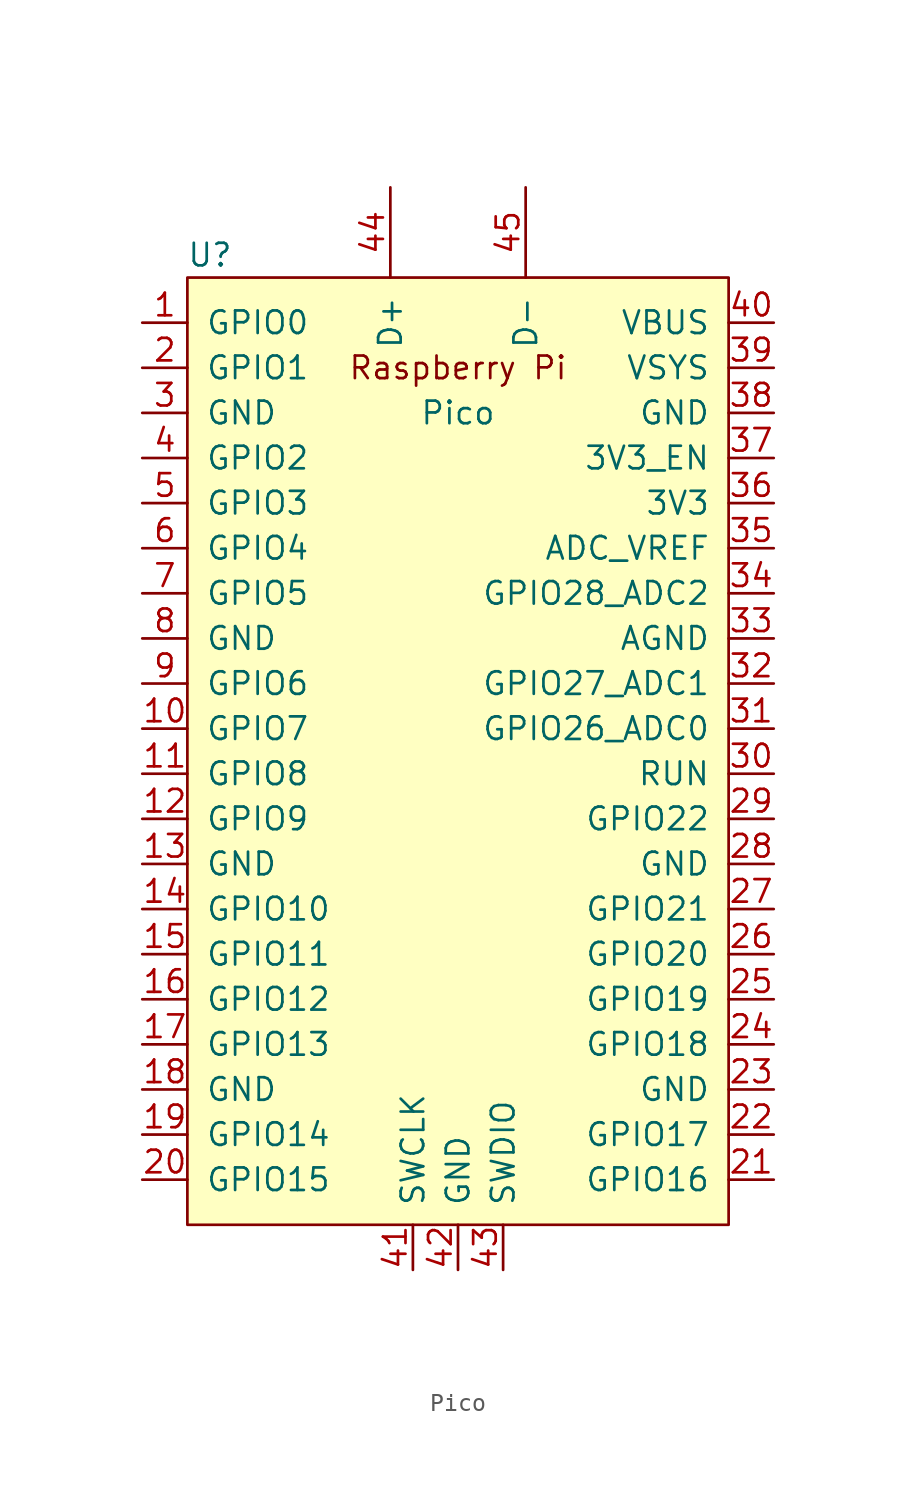
<source format=kicad_sym>
(kicad_symbol_lib
  (version 20211014)
  (generator kicad_symbol_editor)
  (symbol "Pico"
    (pin_names
      (offset 1.016))
    (property "Reference" "U"
      (at -13.97 27.94 0)
      (effects (font (size 1.27 1.27))))
    (property "Value" "Pico"
      (at 0 19.05 0)
      (effects (font (size 1.27 1.27))))
    (symbol "Pico_0_0"
      (text "Raspberry Pi" (at 0 21.59 0) (effects (font (size 1.27 1.27)))))
    (symbol "Pico_0_1"
      (rectangle (start -15.24 26.67) (end 15.24 -26.67) (stroke (width 0) (type default) (color 0 0 0 0)) (fill (type background))))
    (symbol "Pico_1_1"
      (pin bidirectional line (at -17.78 24.13 0) (length 2.54) (name "GPIO0" (effects (font (size 1.27 1.27)))) (number "1" (effects (font (size 1.27 1.27)))))
      (pin bidirectional line (at -17.78 1.27 0) (length 2.54) (name "GPIO7" (effects (font (size 1.27 1.27)))) (number "10" (effects (font (size 1.27 1.27)))))
      (pin bidirectional line (at -17.78 -1.27 0) (length 2.54) (name "GPIO8" (effects (font (size 1.27 1.27)))) (number "11" (effects (font (size 1.27 1.27)))))
      (pin bidirectional line (at -17.78 -3.81 0) (length 2.54) (name "GPIO9" (effects (font (size 1.27 1.27)))) (number "12" (effects (font (size 1.27 1.27)))))
      (pin power_in line (at -17.78 -6.35 0) (length 2.54) (name "GND" (effects (font (size 1.27 1.27)))) (number "13" (effects (font (size 1.27 1.27)))))
      (pin bidirectional line (at -17.78 -8.89 0) (length 2.54) (name "GPIO10" (effects (font (size 1.27 1.27)))) (number "14" (effects (font (size 1.27 1.27)))))
      (pin bidirectional line (at -17.78 -11.43 0) (length 2.54) (name "GPIO11" (effects (font (size 1.27 1.27)))) (number "15" (effects (font (size 1.27 1.27)))))
      (pin bidirectional line (at -17.78 -13.97 0) (length 2.54) (name "GPIO12" (effects (font (size 1.27 1.27)))) (number "16" (effects (font (size 1.27 1.27)))))
      (pin bidirectional line (at -17.78 -16.51 0) (length 2.54) (name "GPIO13" (effects (font (size 1.27 1.27)))) (number "17" (effects (font (size 1.27 1.27)))))
      (pin power_in line (at -17.78 -19.05 0) (length 2.54) (name "GND" (effects (font (size 1.27 1.27)))) (number "18" (effects (font (size 1.27 1.27)))))
      (pin bidirectional line (at -17.78 -21.59 0) (length 2.54) (name "GPIO14" (effects (font (size 1.27 1.27)))) (number "19" (effects (font (size 1.27 1.27)))))
      (pin bidirectional line (at -17.78 21.59 0) (length 2.54) (name "GPIO1" (effects (font (size 1.27 1.27)))) (number "2" (effects (font (size 1.27 1.27)))))
      (pin bidirectional line (at -17.78 -24.13 0) (length 2.54) (name "GPIO15" (effects (font (size 1.27 1.27)))) (number "20" (effects (font (size 1.27 1.27)))))
      (pin bidirectional line (at 17.78 -24.13 180) (length 2.54) (name "GPIO16" (effects (font (size 1.27 1.27)))) (number "21" (effects (font (size 1.27 1.27)))))
      (pin bidirectional line (at 17.78 -21.59 180) (length 2.54) (name "GPIO17" (effects (font (size 1.27 1.27)))) (number "22" (effects (font (size 1.27 1.27)))))
      (pin power_in line (at 17.78 -19.05 180) (length 2.54) (name "GND" (effects (font (size 1.27 1.27)))) (number "23" (effects (font (size 1.27 1.27)))))
      (pin bidirectional line (at 17.78 -16.51 180) (length 2.54) (name "GPIO18" (effects (font (size 1.27 1.27)))) (number "24" (effects (font (size 1.27 1.27)))))
      (pin bidirectional line (at 17.78 -13.97 180) (length 2.54) (name "GPIO19" (effects (font (size 1.27 1.27)))) (number "25" (effects (font (size 1.27 1.27)))))
      (pin bidirectional line (at 17.78 -11.43 180) (length 2.54) (name "GPIO20" (effects (font (size 1.27 1.27)))) (number "26" (effects (font (size 1.27 1.27)))))
      (pin bidirectional line (at 17.78 -8.89 180) (length 2.54) (name "GPIO21" (effects (font (size 1.27 1.27)))) (number "27" (effects (font (size 1.27 1.27)))))
      (pin power_in line (at 17.78 -6.35 180) (length 2.54) (name "GND" (effects (font (size 1.27 1.27)))) (number "28" (effects (font (size 1.27 1.27)))))
      (pin bidirectional line (at 17.78 -3.81 180) (length 2.54) (name "GPIO22" (effects (font (size 1.27 1.27)))) (number "29" (effects (font (size 1.27 1.27)))))
      (pin power_in line (at -17.78 19.05 0) (length 2.54) (name "GND" (effects (font (size 1.27 1.27)))) (number "3" (effects (font (size 1.27 1.27)))))
      (pin input line (at 17.78 -1.27 180) (length 2.54) (name "RUN" (effects (font (size 1.27 1.27)))) (number "30" (effects (font (size 1.27 1.27)))))
      (pin bidirectional line (at 17.78 1.27 180) (length 2.54) (name "GPIO26_ADC0" (effects (font (size 1.27 1.27)))) (number "31" (effects (font (size 1.27 1.27)))))
      (pin bidirectional line (at 17.78 3.81 180) (length 2.54) (name "GPIO27_ADC1" (effects (font (size 1.27 1.27)))) (number "32" (effects (font (size 1.27 1.27)))))
      (pin power_in line (at 17.78 6.35 180) (length 2.54) (name "AGND" (effects (font (size 1.27 1.27)))) (number "33" (effects (font (size 1.27 1.27)))))
      (pin bidirectional line (at 17.78 8.89 180) (length 2.54) (name "GPIO28_ADC2" (effects (font (size 1.27 1.27)))) (number "34" (effects (font (size 1.27 1.27)))))
      (pin unspecified line (at 17.78 11.43 180) (length 2.54) (name "ADC_VREF" (effects (font (size 1.27 1.27)))) (number "35" (effects (font (size 1.27 1.27)))))
      (pin unspecified line (at 17.78 13.97 180) (length 2.54) (name "3V3" (effects (font (size 1.27 1.27)))) (number "36" (effects (font (size 1.27 1.27)))))
      (pin input line (at 17.78 16.51 180) (length 2.54) (name "3V3_EN" (effects (font (size 1.27 1.27)))) (number "37" (effects (font (size 1.27 1.27)))))
      (pin bidirectional line (at 17.78 19.05 180) (length 2.54) (name "GND" (effects (font (size 1.27 1.27)))) (number "38" (effects (font (size 1.27 1.27)))))
      (pin unspecified line (at 17.78 21.59 180) (length 2.54) (name "VSYS" (effects (font (size 1.27 1.27)))) (number "39" (effects (font (size 1.27 1.27)))))
      (pin bidirectional line (at -17.78 16.51 0) (length 2.54) (name "GPIO2" (effects (font (size 1.27 1.27)))) (number "4" (effects (font (size 1.27 1.27)))))
      (pin unspecified line (at 17.78 24.13 180) (length 2.54) (name "VBUS" (effects (font (size 1.27 1.27)))) (number "40" (effects (font (size 1.27 1.27)))))
      (pin input line (at -2.54 -29.21 90) (length 2.54) (name "SWCLK" (effects (font (size 1.27 1.27)))) (number "41" (effects (font (size 1.27 1.27)))))
      (pin power_in line (at 0 -29.21 90) (length 2.54) (name "GND" (effects (font (size 1.27 1.27)))) (number "42" (effects (font (size 1.27 1.27)))))
      (pin bidirectional line (at 2.54 -29.21 90) (length 2.54) (name "SWDIO" (effects (font (size 1.27 1.27)))) (number "43" (effects (font (size 1.27 1.27)))))
      (pin bidirectional line (at -3.81 31.75 270) (length 5.08) (name "D+" (effects (font (size 1.27 1.27)))) (number "44" (effects (font (size 1.27 1.27)))))
      (pin bidirectional line (at 3.81 31.75 270) (length 5.08) (name "D-" (effects (font (size 1.27 1.27)))) (number "45" (effects (font (size 1.27 1.27)))))
      (pin bidirectional line (at -17.78 13.97 0) (length 2.54) (name "GPIO3" (effects (font (size 1.27 1.27)))) (number "5" (effects (font (size 1.27 1.27)))))
      (pin bidirectional line (at -17.78 11.43 0) (length 2.54) (name "GPIO4" (effects (font (size 1.27 1.27)))) (number "6" (effects (font (size 1.27 1.27)))))
      (pin bidirectional line (at -17.78 8.89 0) (length 2.54) (name "GPIO5" (effects (font (size 1.27 1.27)))) (number "7" (effects (font (size 1.27 1.27)))))
      (pin power_in line (at -17.78 6.35 0) (length 2.54) (name "GND" (effects (font (size 1.27 1.27)))) (number "8" (effects (font (size 1.27 1.27)))))
      (pin bidirectional line (at -17.78 3.81 0) (length 2.54) (name "GPIO6" (effects (font (size 1.27 1.27)))) (number "9" (effects (font (size 1.27 1.27))))))))
</source>
